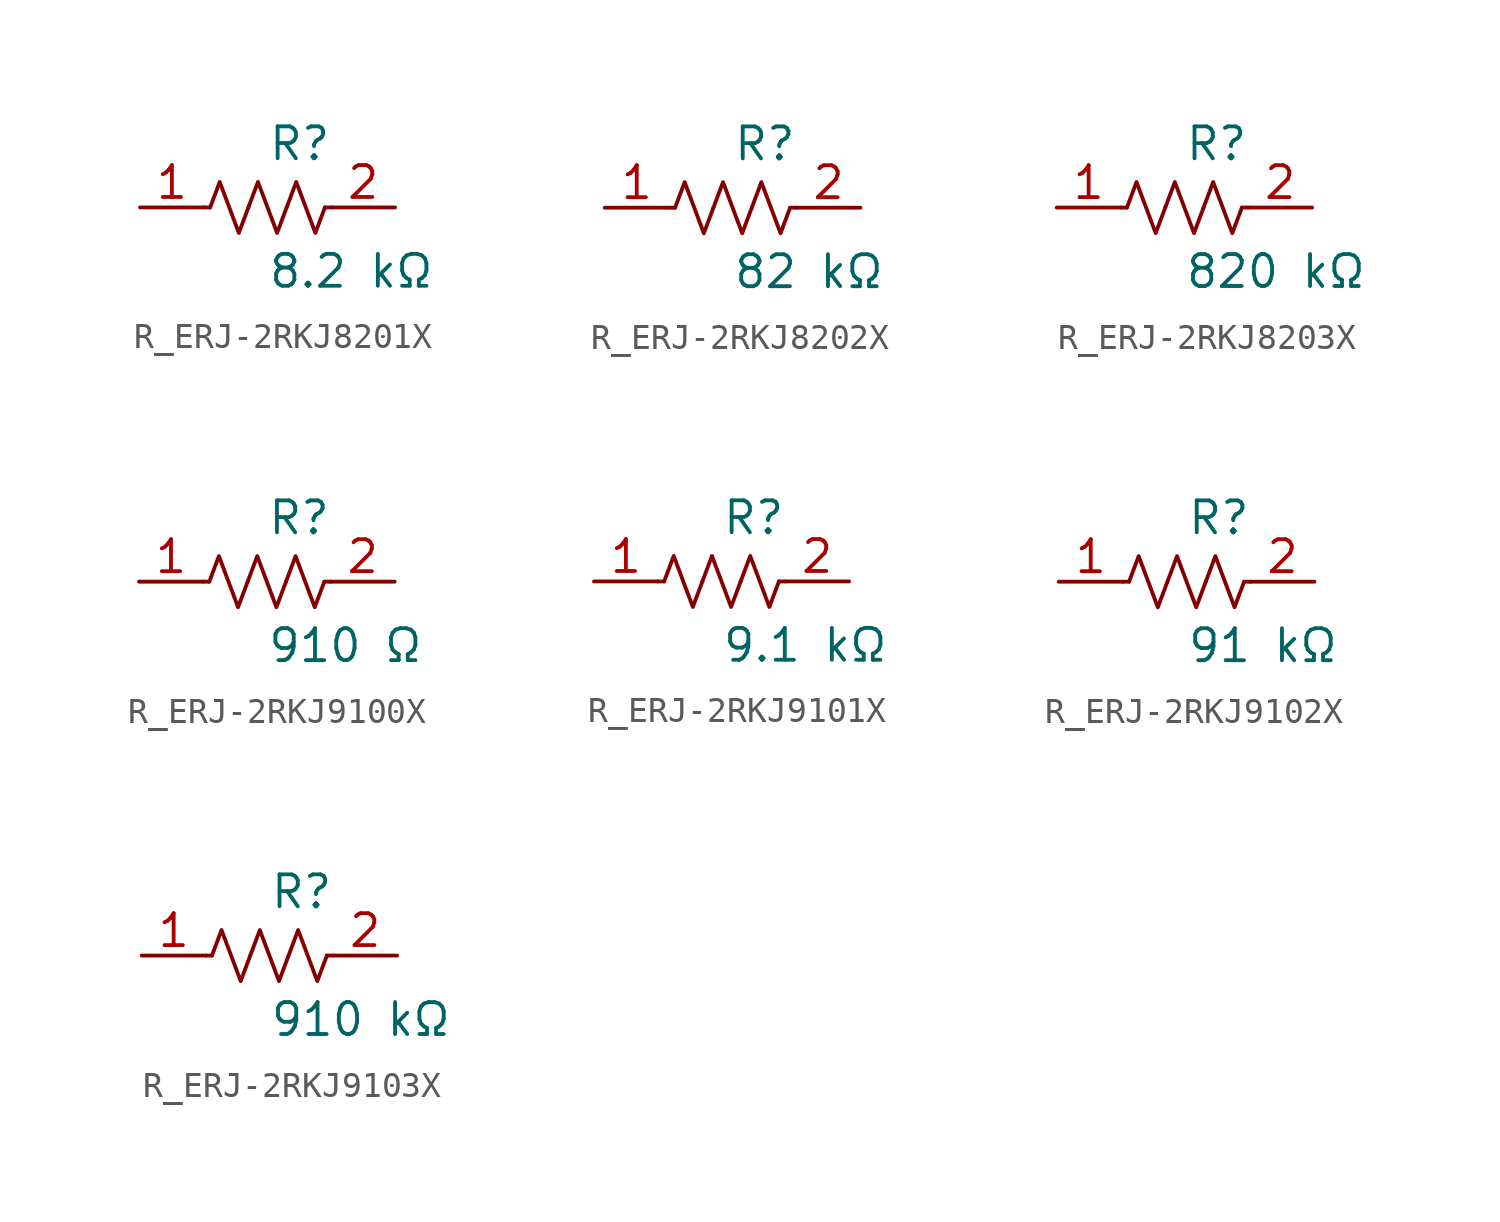
<source format=kicad_sym>
(kicad_symbol_lib
  (version 20231120)
  (generator kicad_symbol_editor)
  (generator_version 8.0)
  (symbol "R_ERJ-2RKJ8201X"
    (pin_names
      (offset 0.254))
    (property "Reference" "R"
      (at 0 2.54 0)
      (effects (font (size 1.27 1.27)) (justify left)))
    (property "Value" "8.2 kΩ"
      (at 0 -2.54 0)
      (effects (font (size 1.27 1.27)) (justify left)))
    (symbol "R_ERJ-2RKJ8201X_0_1"
      (polyline (pts (xy 2.286 0) (xy 2.54 0)) (stroke (width 0) (type default)) (fill (type none)))
      (polyline (pts (xy -2.286 0) (xy -2.54 0)) (stroke (width 0) (type default)) (fill (type none)))
      (polyline (pts (xy 0.762 0) (xy 1.143 1.016) (xy 1.524 0) (xy 1.905 -1.016) (xy 2.286 0)) (stroke (width 0) (type default)) (fill (type none)))
      (polyline (pts (xy -0.762 0) (xy -0.381 1.016) (xy 0 0) (xy 0.381 -1.016) (xy 0.762 0)) (stroke (width 0) (type default)) (fill (type none)))
      (polyline (pts (xy -2.286 0) (xy -1.905 1.016) (xy -1.524 0) (xy -1.143 -1.016) (xy -0.762 0)) (stroke (width 0) (type default)) (fill (type none))))
    (pin unspecified line
      (at -5.08 0 0)
      (length 2.54)
      (name "" (effects (font (size 1.27 1.27))))
      (number "1" (effects (font (size 1.27 1.27)))))
    (pin unspecified line
      (at 5.08 0 180)
      (length 2.54)
      (name "" (effects (font (size 1.27 1.27))))
      (number "2" (effects (font (size 1.27 1.27))))))
  (symbol "R_ERJ-2RKJ8202X"
    (pin_names
      (offset 0.254))
    (property "Reference" "R"
      (at 0 2.54 0)
      (effects (font (size 1.27 1.27)) (justify left)))
    (property "Value" "82 kΩ"
      (at 0 -2.54 0)
      (effects (font (size 1.27 1.27)) (justify left)))
    (symbol "R_ERJ-2RKJ8202X_0_1"
      (polyline (pts (xy 2.286 0) (xy 2.54 0)) (stroke (width 0) (type default)) (fill (type none)))
      (polyline (pts (xy -2.286 0) (xy -2.54 0)) (stroke (width 0) (type default)) (fill (type none)))
      (polyline (pts (xy 0.762 0) (xy 1.143 1.016) (xy 1.524 0) (xy 1.905 -1.016) (xy 2.286 0)) (stroke (width 0) (type default)) (fill (type none)))
      (polyline (pts (xy -0.762 0) (xy -0.381 1.016) (xy 0 0) (xy 0.381 -1.016) (xy 0.762 0)) (stroke (width 0) (type default)) (fill (type none)))
      (polyline (pts (xy -2.286 0) (xy -1.905 1.016) (xy -1.524 0) (xy -1.143 -1.016) (xy -0.762 0)) (stroke (width 0) (type default)) (fill (type none))))
    (pin unspecified line
      (at -5.08 0 0)
      (length 2.54)
      (name "" (effects (font (size 1.27 1.27))))
      (number "1" (effects (font (size 1.27 1.27)))))
    (pin unspecified line
      (at 5.08 0 180)
      (length 2.54)
      (name "" (effects (font (size 1.27 1.27))))
      (number "2" (effects (font (size 1.27 1.27))))))
  (symbol "R_ERJ-2RKJ8203X"
    (pin_names
      (offset 0.254))
    (property "Reference" "R"
      (at 0 2.54 0)
      (effects (font (size 1.27 1.27)) (justify left)))
    (property "Value" "820 kΩ"
      (at 0 -2.54 0)
      (effects (font (size 1.27 1.27)) (justify left)))
    (symbol "R_ERJ-2RKJ8203X_0_1"
      (polyline (pts (xy 2.286 0) (xy 2.54 0)) (stroke (width 0) (type default)) (fill (type none)))
      (polyline (pts (xy -2.286 0) (xy -2.54 0)) (stroke (width 0) (type default)) (fill (type none)))
      (polyline (pts (xy 0.762 0) (xy 1.143 1.016) (xy 1.524 0) (xy 1.905 -1.016) (xy 2.286 0)) (stroke (width 0) (type default)) (fill (type none)))
      (polyline (pts (xy -0.762 0) (xy -0.381 1.016) (xy 0 0) (xy 0.381 -1.016) (xy 0.762 0)) (stroke (width 0) (type default)) (fill (type none)))
      (polyline (pts (xy -2.286 0) (xy -1.905 1.016) (xy -1.524 0) (xy -1.143 -1.016) (xy -0.762 0)) (stroke (width 0) (type default)) (fill (type none))))
    (pin unspecified line
      (at -5.08 0 0)
      (length 2.54)
      (name "" (effects (font (size 1.27 1.27))))
      (number "1" (effects (font (size 1.27 1.27)))))
    (pin unspecified line
      (at 5.08 0 180)
      (length 2.54)
      (name "" (effects (font (size 1.27 1.27))))
      (number "2" (effects (font (size 1.27 1.27))))))
  (symbol "R_ERJ-2RKJ9100X"
    (pin_names
      (offset 0.254))
    (property "Reference" "R"
      (at 0 2.54 0)
      (effects (font (size 1.27 1.27)) (justify left)))
    (property "Value" "910 Ω"
      (at 0 -2.54 0)
      (effects (font (size 1.27 1.27)) (justify left)))
    (symbol "R_ERJ-2RKJ9100X_0_1"
      (polyline (pts (xy 2.286 0) (xy 2.54 0)) (stroke (width 0) (type default)) (fill (type none)))
      (polyline (pts (xy -2.286 0) (xy -2.54 0)) (stroke (width 0) (type default)) (fill (type none)))
      (polyline (pts (xy 0.762 0) (xy 1.143 1.016) (xy 1.524 0) (xy 1.905 -1.016) (xy 2.286 0)) (stroke (width 0) (type default)) (fill (type none)))
      (polyline (pts (xy -0.762 0) (xy -0.381 1.016) (xy 0 0) (xy 0.381 -1.016) (xy 0.762 0)) (stroke (width 0) (type default)) (fill (type none)))
      (polyline (pts (xy -2.286 0) (xy -1.905 1.016) (xy -1.524 0) (xy -1.143 -1.016) (xy -0.762 0)) (stroke (width 0) (type default)) (fill (type none))))
    (pin unspecified line
      (at -5.08 0 0)
      (length 2.54)
      (name "" (effects (font (size 1.27 1.27))))
      (number "1" (effects (font (size 1.27 1.27)))))
    (pin unspecified line
      (at 5.08 0 180)
      (length 2.54)
      (name "" (effects (font (size 1.27 1.27))))
      (number "2" (effects (font (size 1.27 1.27))))))
  (symbol "R_ERJ-2RKJ9101X"
    (pin_names
      (offset 0.254))
    (property "Reference" "R"
      (at 0 2.54 0)
      (effects (font (size 1.27 1.27)) (justify left)))
    (property "Value" "9.1 kΩ"
      (at 0 -2.54 0)
      (effects (font (size 1.27 1.27)) (justify left)))
    (symbol "R_ERJ-2RKJ9101X_0_1"
      (polyline (pts (xy 2.286 0) (xy 2.54 0)) (stroke (width 0) (type default)) (fill (type none)))
      (polyline (pts (xy -2.286 0) (xy -2.54 0)) (stroke (width 0) (type default)) (fill (type none)))
      (polyline (pts (xy 0.762 0) (xy 1.143 1.016) (xy 1.524 0) (xy 1.905 -1.016) (xy 2.286 0)) (stroke (width 0) (type default)) (fill (type none)))
      (polyline (pts (xy -0.762 0) (xy -0.381 1.016) (xy 0 0) (xy 0.381 -1.016) (xy 0.762 0)) (stroke (width 0) (type default)) (fill (type none)))
      (polyline (pts (xy -2.286 0) (xy -1.905 1.016) (xy -1.524 0) (xy -1.143 -1.016) (xy -0.762 0)) (stroke (width 0) (type default)) (fill (type none))))
    (pin unspecified line
      (at -5.08 0 0)
      (length 2.54)
      (name "" (effects (font (size 1.27 1.27))))
      (number "1" (effects (font (size 1.27 1.27)))))
    (pin unspecified line
      (at 5.08 0 180)
      (length 2.54)
      (name "" (effects (font (size 1.27 1.27))))
      (number "2" (effects (font (size 1.27 1.27))))))
  (symbol "R_ERJ-2RKJ9102X"
    (pin_names
      (offset 0.254))
    (property "Reference" "R"
      (at 0 2.54 0)
      (effects (font (size 1.27 1.27)) (justify left)))
    (property "Value" "91 kΩ"
      (at 0 -2.54 0)
      (effects (font (size 1.27 1.27)) (justify left)))
    (symbol "R_ERJ-2RKJ9102X_0_1"
      (polyline (pts (xy 2.286 0) (xy 2.54 0)) (stroke (width 0) (type default)) (fill (type none)))
      (polyline (pts (xy -2.286 0) (xy -2.54 0)) (stroke (width 0) (type default)) (fill (type none)))
      (polyline (pts (xy 0.762 0) (xy 1.143 1.016) (xy 1.524 0) (xy 1.905 -1.016) (xy 2.286 0)) (stroke (width 0) (type default)) (fill (type none)))
      (polyline (pts (xy -0.762 0) (xy -0.381 1.016) (xy 0 0) (xy 0.381 -1.016) (xy 0.762 0)) (stroke (width 0) (type default)) (fill (type none)))
      (polyline (pts (xy -2.286 0) (xy -1.905 1.016) (xy -1.524 0) (xy -1.143 -1.016) (xy -0.762 0)) (stroke (width 0) (type default)) (fill (type none))))
    (pin unspecified line
      (at -5.08 0 0)
      (length 2.54)
      (name "" (effects (font (size 1.27 1.27))))
      (number "1" (effects (font (size 1.27 1.27)))))
    (pin unspecified line
      (at 5.08 0 180)
      (length 2.54)
      (name "" (effects (font (size 1.27 1.27))))
      (number "2" (effects (font (size 1.27 1.27))))))
  (symbol "R_ERJ-2RKJ9103X"
    (pin_names
      (offset 0.254))
    (property "Reference" "R"
      (at 0 2.54 0)
      (effects (font (size 1.27 1.27)) (justify left)))
    (property "Value" "910 kΩ"
      (at 0 -2.54 0)
      (effects (font (size 1.27 1.27)) (justify left)))
    (symbol "R_ERJ-2RKJ9103X_0_1"
      (polyline (pts (xy 2.286 0) (xy 2.54 0)) (stroke (width 0) (type default)) (fill (type none)))
      (polyline (pts (xy -2.286 0) (xy -2.54 0)) (stroke (width 0) (type default)) (fill (type none)))
      (polyline (pts (xy 0.762 0) (xy 1.143 1.016) (xy 1.524 0) (xy 1.905 -1.016) (xy 2.286 0)) (stroke (width 0) (type default)) (fill (type none)))
      (polyline (pts (xy -0.762 0) (xy -0.381 1.016) (xy 0 0) (xy 0.381 -1.016) (xy 0.762 0)) (stroke (width 0) (type default)) (fill (type none)))
      (polyline (pts (xy -2.286 0) (xy -1.905 1.016) (xy -1.524 0) (xy -1.143 -1.016) (xy -0.762 0)) (stroke (width 0) (type default)) (fill (type none))))
    (pin unspecified line
      (at -5.08 0 0)
      (length 2.54)
      (name "" (effects (font (size 1.27 1.27))))
      (number "1" (effects (font (size 1.27 1.27)))))
    (pin unspecified line
      (at 5.08 0 180)
      (length 2.54)
      (name "" (effects (font (size 1.27 1.27))))
      (number "2" (effects (font (size 1.27 1.27)))))))
</source>
